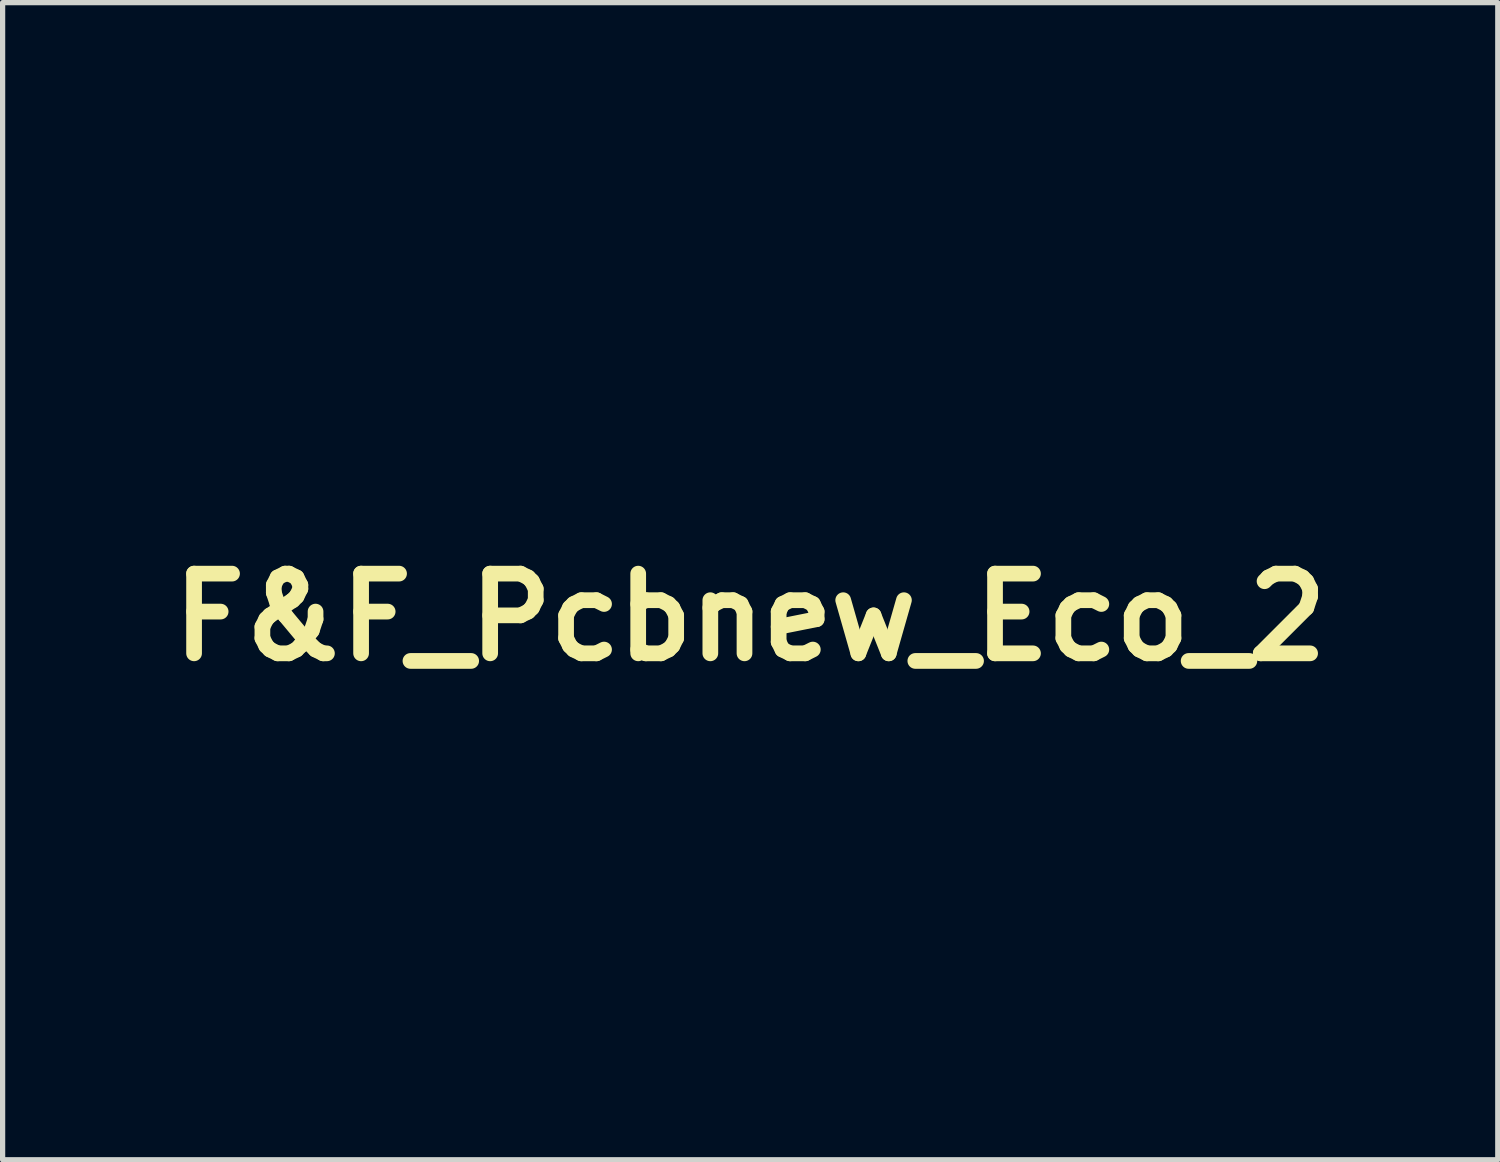
<source format=kicad_pcb>
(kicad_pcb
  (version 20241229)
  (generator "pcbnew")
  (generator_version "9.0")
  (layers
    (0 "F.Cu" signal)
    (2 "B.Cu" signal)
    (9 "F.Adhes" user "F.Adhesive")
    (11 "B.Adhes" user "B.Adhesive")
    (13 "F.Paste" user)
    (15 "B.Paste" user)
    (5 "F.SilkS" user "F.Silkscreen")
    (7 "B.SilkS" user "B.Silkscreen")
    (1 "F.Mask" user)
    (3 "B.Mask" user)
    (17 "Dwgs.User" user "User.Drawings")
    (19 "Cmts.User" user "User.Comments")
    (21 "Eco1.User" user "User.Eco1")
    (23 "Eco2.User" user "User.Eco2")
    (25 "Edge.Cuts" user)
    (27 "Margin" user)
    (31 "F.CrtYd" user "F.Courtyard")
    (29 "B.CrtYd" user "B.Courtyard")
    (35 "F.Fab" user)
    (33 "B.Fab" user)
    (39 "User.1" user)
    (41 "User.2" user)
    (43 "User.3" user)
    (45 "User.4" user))
  (footprint "F&F_Pcbnew_Eco_2"
    (layer "F.Cu")
    (at 11.292 8.751)
    (property "Reference" "F&F_Pcbnew_Eco_2" (at 0 0 0) (layer "F.SilkS") (effects (font (size 1.524 1.524) (thickness 0.3))))
    (attr through_hole)
    (fp_poly (pts (xy -1.671 5.907) (xy -1.447 5.915) (xy -1.328 5.937) (xy -1.279 5.98) (xy -1.27 6.05) (xy -1.27 6.064) (xy -1.282 6.155) (xy -1.346 6.203) (xy -1.503 6.22) (xy -1.736 6.223) (xy -2.005 6.229) (xy -2.145 6.252) (xy -2.196 6.305) (xy -2.201 6.35) (xy -2.176 6.429) (xy -2.073 6.467) (xy -1.848 6.477) (xy -1.82 6.477) (xy -1.585 6.484) (xy -1.474 6.516) (xy -1.441 6.593) (xy -1.439 6.636) (xy -1.455 6.734) (xy -1.533 6.78) (xy -1.718 6.794) (xy -1.82 6.795) (xy -2.201 6.795) (xy -2.201 7.08) (xy -2.208 7.256) (xy -2.251 7.339) (xy -2.366 7.364) (xy -2.498 7.366) (xy -2.794 7.366) (xy -2.794 5.905) (xy -2.032 5.905) (xy -1.671 5.907)) (stroke (width 0.01) (type solid)) (fill no) (layer "Eco2.User"))
    (fp_poly (pts (xy 2.477 5.907) (xy 2.701 5.915) (xy 2.821 5.937) (xy 2.869 5.98) (xy 2.879 6.05) (xy 2.879 6.064) (xy 2.867 6.155) (xy 2.803 6.203) (xy 2.646 6.22) (xy 2.413 6.223) (xy 2.144 6.229) (xy 2.004 6.252) (xy 1.952 6.305) (xy 1.947 6.35) (xy 1.972 6.429) (xy 2.076 6.467) (xy 2.301 6.477) (xy 2.328 6.477) (xy 2.563 6.484) (xy 2.675 6.516) (xy 2.708 6.593) (xy 2.709 6.636) (xy 2.694 6.734) (xy 2.616 6.78) (xy 2.431 6.794) (xy 2.328 6.795) (xy 1.947 6.795) (xy 1.947 7.08) (xy 1.941 7.256) (xy 1.898 7.339) (xy 1.783 7.364) (xy 1.651 7.366) (xy 1.355 7.366) (xy 1.355 5.905) (xy 2.117 5.905) (xy 2.477 5.907)) (stroke (width 0.01) (type solid)) (fill no) (layer "Eco2.User"))
    (fp_poly (pts (xy 0.254 5.949) (xy 0.451 6.064) (xy 0.515 6.228) (xy 0.431 6.418) (xy 0.331 6.515) (xy 0.213 6.617) (xy 0.21 6.671) (xy 0.32 6.723) (xy 0.324 6.725) (xy 0.475 6.758) (xy 0.522 6.732) (xy 0.614 6.698) (xy 0.739 6.708) (xy 0.87 6.755) (xy 0.858 6.841) (xy 0.844 6.862) (xy 0.812 6.969) (xy 0.926 7.046) (xy 0.928 7.047) (xy 1.042 7.107) (xy 1.023 7.174) (xy 0.959 7.235) (xy 0.816 7.317) (xy 0.647 7.295) (xy 0.633 7.29) (xy 0.391 7.263) (xy 0.27 7.296) (xy 0.03 7.348) (xy -0.276 7.361) (xy -0.563 7.335) (xy -0.697 7.298) (xy -0.883 7.159) (xy -0.956 6.982) (xy -0.94 6.911) (xy -0.423 6.911) (xy -0.368 7.06) (xy -0.206 7.113) (xy 0.035 7.073) (xy 0.108 7.034) (xy 0.056 6.972) (xy -0.035 6.915) (xy -0.255 6.812) (xy -0.385 6.815) (xy -0.423 6.911) (xy -0.94 6.911) (xy -0.918 6.806) (xy -0.77 6.671) (xy -0.665 6.633) (xy -0.558 6.579) (xy -0.591 6.479) (xy -0.593 6.477) (xy -0.655 6.302) (xy -0.234 6.302) (xy -0.209 6.353) (xy -0.1 6.4) (xy 0.016 6.353) (xy 0.07 6.265) (xy 0.034 6.175) (xy -0.031 6.16) (xy -0.185 6.203) (xy -0.234 6.302) (xy -0.655 6.302) (xy -0.668 6.266) (xy -0.594 6.086) (xy -0.394 5.958) (xy -0.087 5.906) (xy -0.06 5.905) (xy 0.254 5.949)) (stroke (width 0.01) (type solid)) (fill no) (layer "Eco2.User"))
    (fp_poly (pts (xy 0.535 2.072) (xy 0.84 2.215) (xy 0.977 2.302) (xy 1.284 2.505) (xy 1.494 2.633) (xy 1.635 2.695) (xy 1.732 2.702) (xy 1.815 2.665) (xy 1.848 2.642) (xy 1.939 2.536) (xy 1.89 2.428) (xy 1.773 2.345) (xy 1.701 2.334) (xy 1.614 2.306) (xy 1.609 2.286) (xy 1.66 2.226) (xy 1.79 2.255) (xy 1.947 2.349) (xy 2.093 2.528) (xy 2.087 2.711) (xy 1.946 2.879) (xy 1.684 3.014) (xy 1.368 3.088) (xy 1.078 3.1) (xy 0.735 3.075) (xy 0.401 3.02) (xy 0.137 2.945) (xy 0.035 2.893) (xy -0.07 2.835) (xy -0.181 2.85) (xy -0.322 2.922) (xy -0.568 3.006) (xy -0.912 3.064) (xy -1.284 3.089) (xy -1.616 3.076) (xy -1.776 3.045) (xy -2.094 2.901) (xy -2.257 2.716) (xy -2.286 2.572) (xy -2.246 2.405) (xy -2.103 2.308) (xy -2.077 2.299) (xy -1.91 2.272) (xy -1.795 2.3) (xy -1.781 2.366) (xy -1.812 2.396) (xy -1.859 2.386) (xy -1.863 2.362) (xy -1.924 2.318) (xy -1.99 2.327) (xy -2.085 2.411) (xy -2.115 2.548) (xy -2.07 2.67) (xy -2.03 2.699) (xy -1.918 2.692) (xy -1.73 2.633) (xy -1.53 2.549) (xy -1.379 2.464) (xy -1.339 2.426) (xy -1.262 2.361) (xy -1.102 2.252) (xy -1.031 2.207) (xy -0.786 2.094) (xy -0.532 2.037) (xy -0.319 2.041) (xy -0.212 2.096) (xy -0.099 2.125) (xy -0.000428 2.096) (xy 0.264 2.034) (xy 0.535 2.072)) (stroke (width 0.01) (type solid)) (fill no) (layer "Eco2.User"))
    (fp_poly (pts (xy 0.625 -8.459) (xy 0.928 -8.332) (xy 1.171 -8.229) (xy 1.318 -8.165) (xy 1.345 -8.152) (xy 1.336 -8.087) (xy 1.287 -7.924) (xy 1.207 -7.69) (xy 1.105 -7.415) (xy 0.994 -7.123) (xy 0.897 -6.869) (xy 0.827 -6.682) (xy 0.794 -6.594) (xy 0.814 -6.517) (xy 0.956 -6.446) (xy 1.168 -6.386) (xy 1.483 -6.285) (xy 1.867 -6.129) (xy 2.27 -5.941) (xy 2.644 -5.745) (xy 2.939 -5.566) (xy 3.048 -5.483) (xy 3.714 -4.851) (xy 4.223 -4.218) (xy 4.586 -3.568) (xy 4.815 -2.883) (xy 4.871 -2.597) (xy 4.89 -2.366) (xy 4.86 -2.156) (xy 4.767 -1.909) (xy 4.718 -1.803) (xy 4.393 -0.961) (xy 4.227 -0.132) (xy 4.22 0.678) (xy 4.372 1.459) (xy 4.683 2.205) (xy 4.688 2.215) (xy 4.893 2.592) (xy 4.188 3.042) (xy 3.833 3.264) (xy 3.584 3.406) (xy 3.424 3.473) (xy 3.336 3.473) (xy 3.303 3.411) (xy 3.301 3.381) (xy 3.266 3.265) (xy 3.177 3.082) (xy 3.09 2.931) (xy 2.966 2.716) (xy 2.873 2.522) (xy 2.84 2.431) (xy 2.795 2.297) (xy 2.755 2.236) (xy 2.715 2.248) (xy 2.71 2.359) (xy 2.739 2.545) (xy 2.798 2.782) (xy 2.881 3.044) (xy 2.962 3.286) (xy 3.021 3.491) (xy 3.048 3.618) (xy 3.048 3.628) (xy 2.991 3.728) (xy 2.851 3.866) (xy 2.677 4.004) (xy 2.515 4.102) (xy 2.434 4.127) (xy 2.418 4.066) (xy 2.404 3.894) (xy 2.392 3.625) (xy 2.382 3.275) (xy 2.375 2.859) (xy 2.372 2.393) (xy 2.372 2.175) (xy 2.373 0.222) (xy 2.564 0.476) (xy 2.71 0.689) (xy 2.895 0.991) (xy 3.102 1.352) (xy 3.314 1.74) (xy 3.417 1.937) (xy 3.495 2.071) (xy 3.544 2.12) (xy 3.552 2.107) (xy 3.534 1.989) (xy 3.48 1.785) (xy 3.4 1.527) (xy 3.306 1.245) (xy 3.209 0.971) (xy 3.117 0.735) (xy 3.043 0.569) (xy 3.005 0.508) (xy 2.9 0.392) (xy 2.77 0.223) (xy 2.639 0.038) (xy 2.53 -0.129) (xy 2.467 -0.245) (xy 2.463 -0.277) (xy 2.55 -0.318) (xy 2.737 -0.402) (xy 2.902 -0.474) (xy 3.183 -0.608) (xy 3.35 -0.739) (xy 3.446 -0.909) (xy 3.504 -1.143) (xy 3.551 -1.372) (xy 3.599 -1.586) (xy 3.609 -1.631) (xy 3.657 -1.833) (xy 3.205 -1.653) (xy 2.869 -1.518) (xy 2.489 -1.364) (xy 2.258 -1.269) (xy 1.765 -1.065) (xy 1.04 -1.648) (xy 0.452 -2.086) (xy -0.196 -2.513) (xy -0.847 -2.89) (xy -1.228 -3.085) (xy -1.264 -3.089) (xy -1.191 -3.018) (xy -1.023 -2.883) (xy -0.774 -2.697) (xy -0.659 -2.613) (xy -0.358 -2.393) (xy -0.109 -2.203) (xy 0.066 -2.062) (xy 0.146 -1.986) (xy 0.148 -1.979) (xy 0.197 -1.918) (xy 0.34 -1.792) (xy 0.552 -1.625) (xy 0.644 -1.556) (xy 0.894 -1.362) (xy 1.104 -1.186) (xy 1.238 -1.058) (xy 1.257 -1.034) (xy 1.304 -0.942) (xy 1.264 -0.871) (xy 1.11 -0.789) (xy 1.018 -0.749) (xy 0.679 -0.603) (xy 0.678 0.293) (xy 0.677 1.19) (xy 0.34 1.357) (xy 0.084 1.473) (xy -0.105 1.513) (xy -0.289 1.475) (xy -0.531 1.363) (xy -0.847 1.202) (xy -0.847 0.299) (xy -0.848 -0.603) (xy -1.103 -0.712) (xy -1.297 -0.793) (xy -1.586 -0.912) (xy -1.917 -1.047) (xy -2.013 -1.086) (xy -2.4 -1.243) (xy -2.812 -1.412) (xy -3.167 -1.558) (xy -3.201 -1.572) (xy -3.466 -1.676) (xy -3.668 -1.745) (xy -3.768 -1.766) (xy -3.771 -1.765) (xy -3.777 -1.694) (xy -3.76 -1.528) (xy -3.723 -1.301) (xy -3.709 -1.228) (xy -3.666 -1.006) (xy -3.622 -0.852) (xy -3.551 -0.739) (xy -3.425 -0.642) (xy -3.217 -0.535) (xy -2.901 -0.392) (xy -2.794 -0.344) (xy -2.498 -0.211) (xy -2.475 1.99) (xy -2.472 2.504) (xy -2.472 2.975) (xy -2.476 3.389) (xy -2.483 3.732) (xy -2.493 3.988) (xy -2.505 4.144) (xy -2.518 4.187) (xy -2.6 4.146) (xy -2.789 4.036) (xy -3.065 3.868) (xy -3.407 3.657) (xy -3.793 3.414) (xy -3.817 3.399) (xy -5.051 2.615) (xy -4.757 1.958) (xy -4.62 1.636) (xy -4.529 1.365) (xy -4.472 1.096) (xy -4.438 0.781) (xy -4.422 0.536) (xy -4.42 -0.045) (xy -4.485 -0.584) (xy -4.628 -1.129) (xy -4.856 -1.726) (xy -4.888 -1.799) (xy -4.996 -2.056) (xy -5.053 -2.244) (xy -5.065 -2.418) (xy -5.038 -2.627) (xy -5.005 -2.799) (xy -4.792 -3.511) (xy -4.449 -4.167) (xy -3.962 -4.792) (xy -3.58 -5.175) (xy -3.175 -5.497) (xy -2.678 -5.812) (xy -2.143 -6.089) (xy -1.623 -6.299) (xy -1.433 -6.357) (xy -1.173 -6.44) (xy -0.991 -6.519) (xy -0.931 -6.573) (xy -0.955 -6.661) (xy -1.02 -6.844) (xy -1.115 -7.094) (xy -1.226 -7.372) (xy -1.352 -7.701) (xy -1.43 -7.951) (xy -1.456 -8.107) (xy -1.443 -8.151) (xy -1.336 -8.207) (xy -1.12 -8.305) (xy -0.834 -8.428) (xy -0.713 -8.478) (xy -0.063 -8.746) (xy 0.625 -8.459)) (stroke (width 0.01) (type solid)) (fill no) (layer "Eco2.User")))
  (gr_rect
    (start -3 -3)
    (end 25.584 19.122)
    (stroke (width 0.1) (type default))
    (fill no)
    (layer "Edge.Cuts")))
</source>
